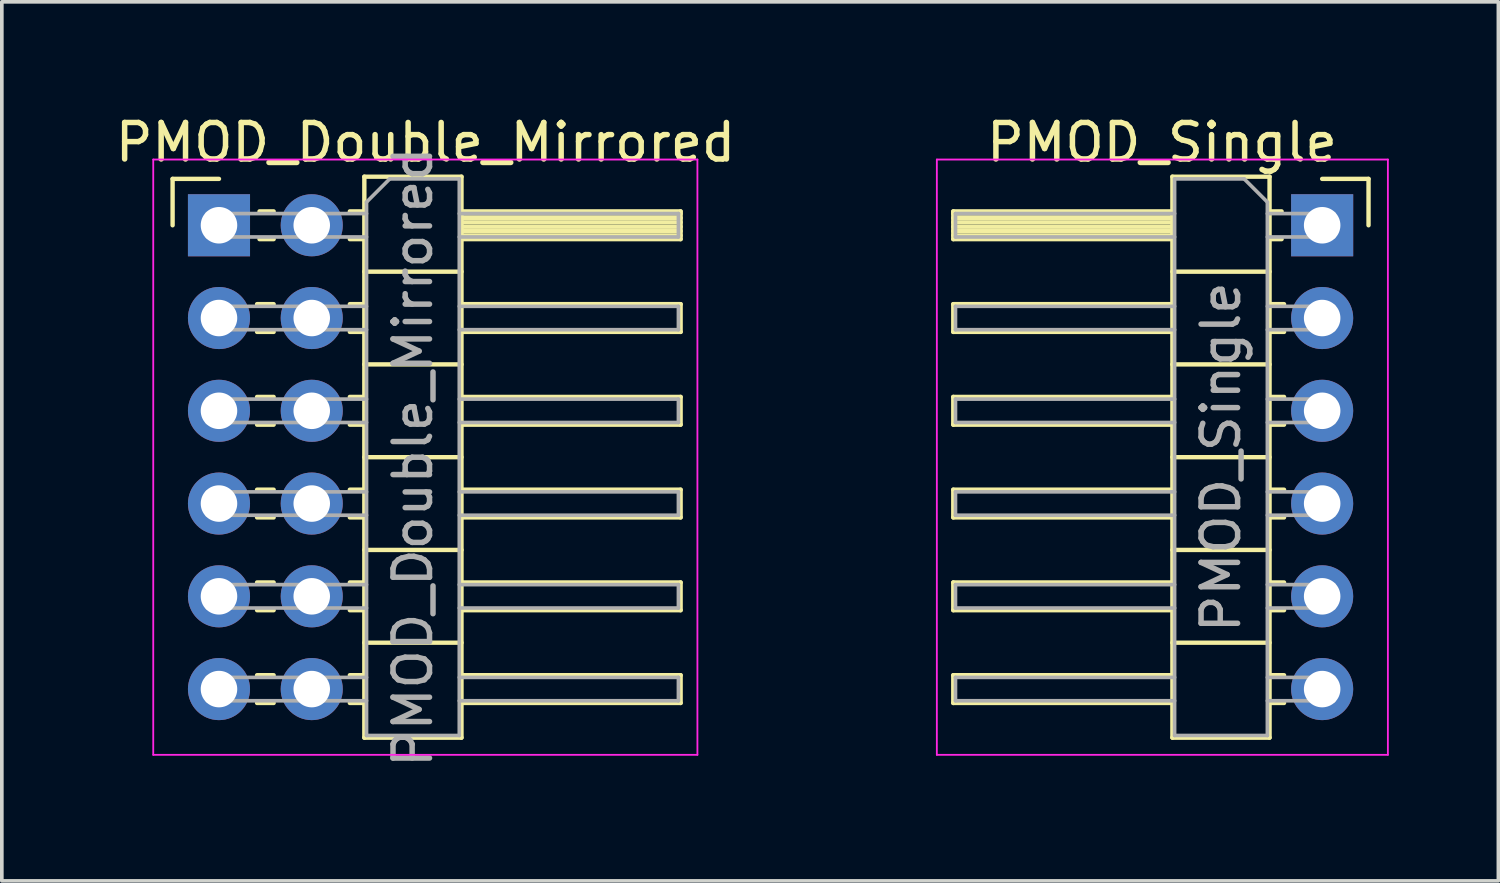
<source format=kicad_pcb>
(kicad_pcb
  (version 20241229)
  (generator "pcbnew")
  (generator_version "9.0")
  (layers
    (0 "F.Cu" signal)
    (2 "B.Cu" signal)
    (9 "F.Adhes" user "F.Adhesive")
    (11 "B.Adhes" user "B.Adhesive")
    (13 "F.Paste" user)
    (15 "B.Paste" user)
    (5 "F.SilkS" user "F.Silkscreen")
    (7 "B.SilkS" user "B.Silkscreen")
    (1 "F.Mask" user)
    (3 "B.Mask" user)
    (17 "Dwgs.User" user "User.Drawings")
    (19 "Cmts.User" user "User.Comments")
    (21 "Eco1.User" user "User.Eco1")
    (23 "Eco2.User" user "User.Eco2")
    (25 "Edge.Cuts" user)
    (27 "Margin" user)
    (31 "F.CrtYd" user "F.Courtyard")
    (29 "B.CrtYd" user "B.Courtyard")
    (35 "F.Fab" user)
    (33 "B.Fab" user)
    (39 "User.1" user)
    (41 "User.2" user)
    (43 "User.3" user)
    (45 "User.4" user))
  (footprint "PMOD_Double_Mirrored"
    (layer "F.Cu")
    (at 7.876 8.198)
    (property "Reference" "PMOD_Double_Mirrored" (at 0.725 -7.35 0) (layer "F.SilkS") (effects (font (size 1 1) (thickness 0.15))))
    (attr through_hole)
    (fp_line (start -6.2 -6.35) (end -4.93 -6.35) (stroke (width 0.12) (type solid)) (layer "F.SilkS"))
    (fp_line (start -6.2 -5.08) (end -6.2 -6.35) (stroke (width 0.12) (type solid)) (layer "F.SilkS"))
    (fp_line (start -3.887 -2.92) (end -3.433 -2.92) (stroke (width 0.12) (type solid)) (layer "F.SilkS"))
    (fp_line (start -3.887 -2.16) (end -3.433 -2.16) (stroke (width 0.12) (type solid)) (layer "F.SilkS"))
    (fp_line (start -3.887 -0.38) (end -3.433 -0.38) (stroke (width 0.12) (type solid)) (layer "F.SilkS"))
    (fp_line (start -3.887 0.38) (end -3.433 0.38) (stroke (width 0.12) (type solid)) (layer "F.SilkS"))
    (fp_line (start -3.887 2.16) (end -3.433 2.16) (stroke (width 0.12) (type solid)) (layer "F.SilkS"))
    (fp_line (start -3.887 2.92) (end -3.433 2.92) (stroke (width 0.12) (type solid)) (layer "F.SilkS"))
    (fp_line (start -3.887 4.7) (end -3.433 4.7) (stroke (width 0.12) (type solid)) (layer "F.SilkS"))
    (fp_line (start -3.887 5.46) (end -3.433 5.46) (stroke (width 0.12) (type solid)) (layer "F.SilkS"))
    (fp_line (start -3.887 7.24) (end -3.433 7.24) (stroke (width 0.12) (type solid)) (layer "F.SilkS"))
    (fp_line (start -3.887 8) (end -3.433 8) (stroke (width 0.12) (type solid)) (layer "F.SilkS"))
    (fp_line (start -3.82 -5.46) (end -3.433 -5.46) (stroke (width 0.12) (type solid)) (layer "F.SilkS"))
    (fp_line (start -3.82 -4.7) (end -3.433 -4.7) (stroke (width 0.12) (type solid)) (layer "F.SilkS"))
    (fp_line (start -1.347 -5.46) (end -0.95 -5.46) (stroke (width 0.12) (type solid)) (layer "F.SilkS"))
    (fp_line (start -1.347 -4.7) (end -0.95 -4.7) (stroke (width 0.12) (type solid)) (layer "F.SilkS"))
    (fp_line (start -1.347 -2.92) (end -0.95 -2.92) (stroke (width 0.12) (type solid)) (layer "F.SilkS"))
    (fp_line (start -1.347 -2.16) (end -0.95 -2.16) (stroke (width 0.12) (type solid)) (layer "F.SilkS"))
    (fp_line (start -1.347 -0.38) (end -0.95 -0.38) (stroke (width 0.12) (type solid)) (layer "F.SilkS"))
    (fp_line (start -1.347 0.38) (end -0.95 0.38) (stroke (width 0.12) (type solid)) (layer "F.SilkS"))
    (fp_line (start -1.347 2.16) (end -0.95 2.16) (stroke (width 0.12) (type solid)) (layer "F.SilkS"))
    (fp_line (start -1.347 2.92) (end -0.95 2.92) (stroke (width 0.12) (type solid)) (layer "F.SilkS"))
    (fp_line (start -1.347 4.7) (end -0.95 4.7) (stroke (width 0.12) (type solid)) (layer "F.SilkS"))
    (fp_line (start -1.347 5.46) (end -0.95 5.46) (stroke (width 0.12) (type solid)) (layer "F.SilkS"))
    (fp_line (start -1.347 7.24) (end -0.95 7.24) (stroke (width 0.12) (type solid)) (layer "F.SilkS"))
    (fp_line (start -1.347 8) (end -0.95 8) (stroke (width 0.12) (type solid)) (layer "F.SilkS"))
    (fp_line (start -0.95 -6.41) (end -0.95 8.95) (stroke (width 0.12) (type solid)) (layer "F.SilkS"))
    (fp_line (start -0.95 -3.81) (end 1.71 -3.81) (stroke (width 0.12) (type solid)) (layer "F.SilkS"))
    (fp_line (start -0.95 -1.27) (end 1.71 -1.27) (stroke (width 0.12) (type solid)) (layer "F.SilkS"))
    (fp_line (start -0.95 1.27) (end 1.71 1.27) (stroke (width 0.12) (type solid)) (layer "F.SilkS"))
    (fp_line (start -0.95 3.81) (end 1.71 3.81) (stroke (width 0.12) (type solid)) (layer "F.SilkS"))
    (fp_line (start -0.95 6.35) (end 1.71 6.35) (stroke (width 0.12) (type solid)) (layer "F.SilkS"))
    (fp_line (start -0.95 8.95) (end 1.71 8.95) (stroke (width 0.12) (type solid)) (layer "F.SilkS"))
    (fp_line (start 1.71 -6.41) (end -0.95 -6.41) (stroke (width 0.12) (type solid)) (layer "F.SilkS"))
    (fp_line (start 1.71 -5.46) (end 7.71 -5.46) (stroke (width 0.12) (type solid)) (layer "F.SilkS"))
    (fp_line (start 1.71 -5.4) (end 7.71 -5.4) (stroke (width 0.12) (type solid)) (layer "F.SilkS"))
    (fp_line (start 1.71 -5.28) (end 7.71 -5.28) (stroke (width 0.12) (type solid)) (layer "F.SilkS"))
    (fp_line (start 1.71 -5.16) (end 7.71 -5.16) (stroke (width 0.12) (type solid)) (layer "F.SilkS"))
    (fp_line (start 1.71 -5.04) (end 7.71 -5.04) (stroke (width 0.12) (type solid)) (layer "F.SilkS"))
    (fp_line (start 1.71 -4.92) (end 7.71 -4.92) (stroke (width 0.12) (type solid)) (layer "F.SilkS"))
    (fp_line (start 1.71 -4.8) (end 7.71 -4.8) (stroke (width 0.12) (type solid)) (layer "F.SilkS"))
    (fp_line (start 1.71 -2.92) (end 7.71 -2.92) (stroke (width 0.12) (type solid)) (layer "F.SilkS"))
    (fp_line (start 1.71 -0.38) (end 7.71 -0.38) (stroke (width 0.12) (type solid)) (layer "F.SilkS"))
    (fp_line (start 1.71 2.16) (end 7.71 2.16) (stroke (width 0.12) (type solid)) (layer "F.SilkS"))
    (fp_line (start 1.71 4.7) (end 7.71 4.7) (stroke (width 0.12) (type solid)) (layer "F.SilkS"))
    (fp_line (start 1.71 7.24) (end 7.71 7.24) (stroke (width 0.12) (type solid)) (layer "F.SilkS"))
    (fp_line (start 1.71 8.95) (end 1.71 -6.41) (stroke (width 0.12) (type solid)) (layer "F.SilkS"))
    (fp_line (start 7.71 -5.46) (end 7.71 -4.7) (stroke (width 0.12) (type solid)) (layer "F.SilkS"))
    (fp_line (start 7.71 -4.7) (end 1.71 -4.7) (stroke (width 0.12) (type solid)) (layer "F.SilkS"))
    (fp_line (start 7.71 -2.92) (end 7.71 -2.16) (stroke (width 0.12) (type solid)) (layer "F.SilkS"))
    (fp_line (start 7.71 -2.16) (end 1.71 -2.16) (stroke (width 0.12) (type solid)) (layer "F.SilkS"))
    (fp_line (start 7.71 -0.38) (end 7.71 0.38) (stroke (width 0.12) (type solid)) (layer "F.SilkS"))
    (fp_line (start 7.71 0.38) (end 1.71 0.38) (stroke (width 0.12) (type solid)) (layer "F.SilkS"))
    (fp_line (start 7.71 2.16) (end 7.71 2.92) (stroke (width 0.12) (type solid)) (layer "F.SilkS"))
    (fp_line (start 7.71 2.92) (end 1.71 2.92) (stroke (width 0.12) (type solid)) (layer "F.SilkS"))
    (fp_line (start 7.71 4.7) (end 7.71 5.46) (stroke (width 0.12) (type solid)) (layer "F.SilkS"))
    (fp_line (start 7.71 5.46) (end 1.71 5.46) (stroke (width 0.12) (type solid)) (layer "F.SilkS"))
    (fp_line (start 7.71 7.24) (end 7.71 8) (stroke (width 0.12) (type solid)) (layer "F.SilkS"))
    (fp_line (start 7.71 8) (end 1.71 8) (stroke (width 0.12) (type solid)) (layer "F.SilkS"))
    (fp_line (start -6.73 -6.88) (end -6.73 9.42) (stroke (width 0.05) (type solid)) (layer "F.CrtYd"))
    (fp_line (start -6.73 9.42) (end 8.17 9.42) (stroke (width 0.05) (type solid)) (layer "F.CrtYd"))
    (fp_line (start 8.17 -6.88) (end -6.73 -6.88) (stroke (width 0.05) (type solid)) (layer "F.CrtYd"))
    (fp_line (start 8.17 9.42) (end 8.17 -6.88) (stroke (width 0.05) (type solid)) (layer "F.CrtYd"))
    (fp_line (start -5.25 -5.4) (end -5.25 -4.76) (stroke (width 0.1) (type solid)) (layer "F.Fab"))
    (fp_line (start -5.25 -5.4) (end -0.89 -5.4) (stroke (width 0.1) (type solid)) (layer "F.Fab"))
    (fp_line (start -5.25 -4.76) (end -0.89 -4.76) (stroke (width 0.1) (type solid)) (layer "F.Fab"))
    (fp_line (start -5.25 -2.86) (end -5.25 -2.22) (stroke (width 0.1) (type solid)) (layer "F.Fab"))
    (fp_line (start -5.25 -2.86) (end -0.89 -2.86) (stroke (width 0.1) (type solid)) (layer "F.Fab"))
    (fp_line (start -5.25 -2.22) (end -0.89 -2.22) (stroke (width 0.1) (type solid)) (layer "F.Fab"))
    (fp_line (start -5.25 -0.32) (end -5.25 0.32) (stroke (width 0.1) (type solid)) (layer "F.Fab"))
    (fp_line (start -5.25 -0.32) (end -0.89 -0.32) (stroke (width 0.1) (type solid)) (layer "F.Fab"))
    (fp_line (start -5.25 0.32) (end -0.89 0.32) (stroke (width 0.1) (type solid)) (layer "F.Fab"))
    (fp_line (start -5.25 2.22) (end -5.25 2.86) (stroke (width 0.1) (type solid)) (layer "F.Fab"))
    (fp_line (start -5.25 2.22) (end -0.89 2.22) (stroke (width 0.1) (type solid)) (layer "F.Fab"))
    (fp_line (start -5.25 2.86) (end -0.89 2.86) (stroke (width 0.1) (type solid)) (layer "F.Fab"))
    (fp_line (start -5.25 4.76) (end -5.25 5.4) (stroke (width 0.1) (type solid)) (layer "F.Fab"))
    (fp_line (start -5.25 4.76) (end -0.89 4.76) (stroke (width 0.1) (type solid)) (layer "F.Fab"))
    (fp_line (start -5.25 5.4) (end -0.89 5.4) (stroke (width 0.1) (type solid)) (layer "F.Fab"))
    (fp_line (start -5.25 7.3) (end -5.25 7.94) (stroke (width 0.1) (type solid)) (layer "F.Fab"))
    (fp_line (start -5.25 7.3) (end -0.89 7.3) (stroke (width 0.1) (type solid)) (layer "F.Fab"))
    (fp_line (start -5.25 7.94) (end -0.89 7.94) (stroke (width 0.1) (type solid)) (layer "F.Fab"))
    (fp_line (start -0.89 -5.715) (end -0.255 -6.35) (stroke (width 0.1) (type solid)) (layer "F.Fab"))
    (fp_line (start -0.89 8.89) (end -0.89 -5.715) (stroke (width 0.1) (type solid)) (layer "F.Fab"))
    (fp_line (start -0.255 -6.35) (end 1.65 -6.35) (stroke (width 0.1) (type solid)) (layer "F.Fab"))
    (fp_line (start 1.65 -6.35) (end 1.65 8.89) (stroke (width 0.1) (type solid)) (layer "F.Fab"))
    (fp_line (start 1.65 -5.4) (end 7.65 -5.4) (stroke (width 0.1) (type solid)) (layer "F.Fab"))
    (fp_line (start 1.65 -4.76) (end 7.65 -4.76) (stroke (width 0.1) (type solid)) (layer "F.Fab"))
    (fp_line (start 1.65 -2.86) (end 7.65 -2.86) (stroke (width 0.1) (type solid)) (layer "F.Fab"))
    (fp_line (start 1.65 -2.22) (end 7.65 -2.22) (stroke (width 0.1) (type solid)) (layer "F.Fab"))
    (fp_line (start 1.65 -0.32) (end 7.65 -0.32) (stroke (width 0.1) (type solid)) (layer "F.Fab"))
    (fp_line (start 1.65 0.32) (end 7.65 0.32) (stroke (width 0.1) (type solid)) (layer "F.Fab"))
    (fp_line (start 1.65 2.22) (end 7.65 2.22) (stroke (width 0.1) (type solid)) (layer "F.Fab"))
    (fp_line (start 1.65 2.86) (end 7.65 2.86) (stroke (width 0.1) (type solid)) (layer "F.Fab"))
    (fp_line (start 1.65 4.76) (end 7.65 4.76) (stroke (width 0.1) (type solid)) (layer "F.Fab"))
    (fp_line (start 1.65 5.4) (end 7.65 5.4) (stroke (width 0.1) (type solid)) (layer "F.Fab"))
    (fp_line (start 1.65 7.3) (end 7.65 7.3) (stroke (width 0.1) (type solid)) (layer "F.Fab"))
    (fp_line (start 1.65 7.94) (end 7.65 7.94) (stroke (width 0.1) (type solid)) (layer "F.Fab"))
    (fp_line (start 1.65 8.89) (end -0.89 8.89) (stroke (width 0.1) (type solid)) (layer "F.Fab"))
    (fp_line (start 7.65 -5.4) (end 7.65 -4.76) (stroke (width 0.1) (type solid)) (layer "F.Fab"))
    (fp_line (start 7.65 -2.86) (end 7.65 -2.22) (stroke (width 0.1) (type solid)) (layer "F.Fab"))
    (fp_line (start 7.65 -0.32) (end 7.65 0.32) (stroke (width 0.1) (type solid)) (layer "F.Fab"))
    (fp_line (start 7.65 2.22) (end 7.65 2.86) (stroke (width 0.1) (type solid)) (layer "F.Fab"))
    (fp_line (start 7.65 4.76) (end 7.65 5.4) (stroke (width 0.1) (type solid)) (layer "F.Fab"))
    (fp_line (start 7.65 7.3) (end 7.65 7.94) (stroke (width 0.1) (type solid)) (layer "F.Fab"))
    (fp_text user "${REFERENCE}" (at 0.38 1.27 90) (layer "F.Fab") (effects (font (size 1 1) (thickness 0.15))))
    (pad "1" thru_hole rect (at -4.93 -5.08) (size 1.7 1.7) (drill 1) (layers "*.Cu" "*.Mask"))
    (pad "2" thru_hole oval (at -4.93 -2.54) (size 1.7 1.7) (drill 1) (layers "*.Cu" "*.Mask"))
    (pad "3" thru_hole oval (at -4.93 0) (size 1.7 1.7) (drill 1) (layers "*.Cu" "*.Mask"))
    (pad "4" thru_hole oval (at -4.93 2.54) (size 1.7 1.7) (drill 1) (layers "*.Cu" "*.Mask"))
    (pad "5" thru_hole oval (at -4.93 5.08) (size 1.7 1.7) (drill 1) (layers "*.Cu" "*.Mask"))
    (pad "6" thru_hole oval (at -4.93 7.62) (size 1.7 1.7) (drill 1) (layers "*.Cu" "*.Mask"))
    (pad "7" thru_hole oval (at -2.39 -5.08) (size 1.7 1.7) (drill 1) (layers "*.Cu" "*.Mask"))
    (pad "8" thru_hole oval (at -2.39 -2.54) (size 1.7 1.7) (drill 1) (layers "*.Cu" "*.Mask"))
    (pad "9" thru_hole oval (at -2.39 0) (size 1.7 1.7) (drill 1) (layers "*.Cu" "*.Mask"))
    (pad "10" thru_hole oval (at -2.39 2.54) (size 1.7 1.7) (drill 1) (layers "*.Cu" "*.Mask"))
    (pad "11" thru_hole oval (at -2.39 5.08) (size 1.7 1.7) (drill 1) (layers "*.Cu" "*.Mask"))
    (pad "12" thru_hole oval (at -2.39 7.62) (size 1.7 1.7) (drill 1) (layers "*.Cu" "*.Mask")))
  (footprint "PMOD_Single"
    (layer "F.Cu")
    (at 20.452 3.118)
    (property "Reference" "PMOD_Single" (at 8.315 -2.27 0) (layer "F.SilkS") (effects (font (size 1 1) (thickness 0.15))))
    (attr through_hole)
    (fp_line (start 2.6 -0.38) (end 2.6 0.38) (stroke (width 0.12) (type solid)) (layer "F.SilkS"))
    (fp_line (start 2.6 0.38) (end 8.6 0.38) (stroke (width 0.12) (type solid)) (layer "F.SilkS"))
    (fp_line (start 2.6 2.16) (end 2.6 2.92) (stroke (width 0.12) (type solid)) (layer "F.SilkS"))
    (fp_line (start 2.6 2.92) (end 8.6 2.92) (stroke (width 0.12) (type solid)) (layer "F.SilkS"))
    (fp_line (start 2.6 4.7) (end 2.6 5.46) (stroke (width 0.12) (type solid)) (layer "F.SilkS"))
    (fp_line (start 2.6 5.46) (end 8.6 5.46) (stroke (width 0.12) (type solid)) (layer "F.SilkS"))
    (fp_line (start 2.6 7.24) (end 2.6 8) (stroke (width 0.12) (type solid)) (layer "F.SilkS"))
    (fp_line (start 2.6 8) (end 8.6 8) (stroke (width 0.12) (type solid)) (layer "F.SilkS"))
    (fp_line (start 2.6 9.78) (end 2.6 10.54) (stroke (width 0.12) (type solid)) (layer "F.SilkS"))
    (fp_line (start 2.6 10.54) (end 8.6 10.54) (stroke (width 0.12) (type solid)) (layer "F.SilkS"))
    (fp_line (start 2.6 12.32) (end 2.6 13.08) (stroke (width 0.12) (type solid)) (layer "F.SilkS"))
    (fp_line (start 2.6 13.08) (end 8.6 13.08) (stroke (width 0.12) (type solid)) (layer "F.SilkS"))
    (fp_line (start 8.6 -1.33) (end 11.26 -1.33) (stroke (width 0.12) (type solid)) (layer "F.SilkS"))
    (fp_line (start 8.6 -0.38) (end 2.6 -0.38) (stroke (width 0.12) (type solid)) (layer "F.SilkS"))
    (fp_line (start 8.6 -0.32) (end 2.6 -0.32) (stroke (width 0.12) (type solid)) (layer "F.SilkS"))
    (fp_line (start 8.6 -0.2) (end 2.6 -0.2) (stroke (width 0.12) (type solid)) (layer "F.SilkS"))
    (fp_line (start 8.6 -0.08) (end 2.6 -0.08) (stroke (width 0.12) (type solid)) (layer "F.SilkS"))
    (fp_line (start 8.6 0.04) (end 2.6 0.04) (stroke (width 0.12) (type solid)) (layer "F.SilkS"))
    (fp_line (start 8.6 0.16) (end 2.6 0.16) (stroke (width 0.12) (type solid)) (layer "F.SilkS"))
    (fp_line (start 8.6 0.28) (end 2.6 0.28) (stroke (width 0.12) (type solid)) (layer "F.SilkS"))
    (fp_line (start 8.6 2.16) (end 2.6 2.16) (stroke (width 0.12) (type solid)) (layer "F.SilkS"))
    (fp_line (start 8.6 4.7) (end 2.6 4.7) (stroke (width 0.12) (type solid)) (layer "F.SilkS"))
    (fp_line (start 8.6 7.24) (end 2.6 7.24) (stroke (width 0.12) (type solid)) (layer "F.SilkS"))
    (fp_line (start 8.6 9.78) (end 2.6 9.78) (stroke (width 0.12) (type solid)) (layer "F.SilkS"))
    (fp_line (start 8.6 12.32) (end 2.6 12.32) (stroke (width 0.12) (type solid)) (layer "F.SilkS"))
    (fp_line (start 8.6 14.03) (end 8.6 -1.33) (stroke (width 0.12) (type solid)) (layer "F.SilkS"))
    (fp_line (start 11.26 -1.33) (end 11.26 14.03) (stroke (width 0.12) (type solid)) (layer "F.SilkS"))
    (fp_line (start 11.26 1.27) (end 8.6 1.27) (stroke (width 0.12) (type solid)) (layer "F.SilkS"))
    (fp_line (start 11.26 3.81) (end 8.6 3.81) (stroke (width 0.12) (type solid)) (layer "F.SilkS"))
    (fp_line (start 11.26 6.35) (end 8.6 6.35) (stroke (width 0.12) (type solid)) (layer "F.SilkS"))
    (fp_line (start 11.26 8.89) (end 8.6 8.89) (stroke (width 0.12) (type solid)) (layer "F.SilkS"))
    (fp_line (start 11.26 11.43) (end 8.6 11.43) (stroke (width 0.12) (type solid)) (layer "F.SilkS"))
    (fp_line (start 11.26 14.03) (end 8.6 14.03) (stroke (width 0.12) (type solid)) (layer "F.SilkS"))
    (fp_line (start 11.59 -0.38) (end 11.26 -0.38) (stroke (width 0.12) (type solid)) (layer "F.SilkS"))
    (fp_line (start 11.59 0.38) (end 11.26 0.38) (stroke (width 0.12) (type solid)) (layer "F.SilkS"))
    (fp_line (start 11.657 2.16) (end 11.26 2.16) (stroke (width 0.12) (type solid)) (layer "F.SilkS"))
    (fp_line (start 11.657 2.92) (end 11.26 2.92) (stroke (width 0.12) (type solid)) (layer "F.SilkS"))
    (fp_line (start 11.657 4.7) (end 11.26 4.7) (stroke (width 0.12) (type solid)) (layer "F.SilkS"))
    (fp_line (start 11.657 5.46) (end 11.26 5.46) (stroke (width 0.12) (type solid)) (layer "F.SilkS"))
    (fp_line (start 11.657 7.24) (end 11.26 7.24) (stroke (width 0.12) (type solid)) (layer "F.SilkS"))
    (fp_line (start 11.657 8) (end 11.26 8) (stroke (width 0.12) (type solid)) (layer "F.SilkS"))
    (fp_line (start 11.657 9.78) (end 11.26 9.78) (stroke (width 0.12) (type solid)) (layer "F.SilkS"))
    (fp_line (start 11.657 10.54) (end 11.26 10.54) (stroke (width 0.12) (type solid)) (layer "F.SilkS"))
    (fp_line (start 11.657 12.32) (end 11.26 12.32) (stroke (width 0.12) (type solid)) (layer "F.SilkS"))
    (fp_line (start 11.657 13.08) (end 11.26 13.08) (stroke (width 0.12) (type solid)) (layer "F.SilkS"))
    (fp_line (start 13.97 -1.27) (end 12.7 -1.27) (stroke (width 0.12) (type solid)) (layer "F.SilkS"))
    (fp_line (start 13.97 0) (end 13.97 -1.27) (stroke (width 0.12) (type solid)) (layer "F.SilkS"))
    (fp_line (start 2.15 -1.8) (end 14.5 -1.8) (stroke (width 0.05) (type solid)) (layer "F.CrtYd"))
    (fp_line (start 2.15 14.5) (end 2.15 -1.8) (stroke (width 0.05) (type solid)) (layer "F.CrtYd"))
    (fp_line (start 14.5 -1.8) (end 14.5 14.5) (stroke (width 0.05) (type solid)) (layer "F.CrtYd"))
    (fp_line (start 14.5 14.5) (end 2.15 14.5) (stroke (width 0.05) (type solid)) (layer "F.CrtYd"))
    (fp_line (start 2.66 -0.32) (end 2.66 0.32) (stroke (width 0.1) (type solid)) (layer "F.Fab"))
    (fp_line (start 2.66 2.22) (end 2.66 2.86) (stroke (width 0.1) (type solid)) (layer "F.Fab"))
    (fp_line (start 2.66 4.76) (end 2.66 5.4) (stroke (width 0.1) (type solid)) (layer "F.Fab"))
    (fp_line (start 2.66 7.3) (end 2.66 7.94) (stroke (width 0.1) (type solid)) (layer "F.Fab"))
    (fp_line (start 2.66 9.84) (end 2.66 10.48) (stroke (width 0.1) (type solid)) (layer "F.Fab"))
    (fp_line (start 2.66 12.38) (end 2.66 13.02) (stroke (width 0.1) (type solid)) (layer "F.Fab"))
    (fp_line (start 8.66 -1.27) (end 8.66 13.97) (stroke (width 0.1) (type solid)) (layer "F.Fab"))
    (fp_line (start 8.66 -0.32) (end 2.66 -0.32) (stroke (width 0.1) (type solid)) (layer "F.Fab"))
    (fp_line (start 8.66 0.32) (end 2.66 0.32) (stroke (width 0.1) (type solid)) (layer "F.Fab"))
    (fp_line (start 8.66 2.22) (end 2.66 2.22) (stroke (width 0.1) (type solid)) (layer "F.Fab"))
    (fp_line (start 8.66 2.86) (end 2.66 2.86) (stroke (width 0.1) (type solid)) (layer "F.Fab"))
    (fp_line (start 8.66 4.76) (end 2.66 4.76) (stroke (width 0.1) (type solid)) (layer "F.Fab"))
    (fp_line (start 8.66 5.4) (end 2.66 5.4) (stroke (width 0.1) (type solid)) (layer "F.Fab"))
    (fp_line (start 8.66 7.3) (end 2.66 7.3) (stroke (width 0.1) (type solid)) (layer "F.Fab"))
    (fp_line (start 8.66 7.94) (end 2.66 7.94) (stroke (width 0.1) (type solid)) (layer "F.Fab"))
    (fp_line (start 8.66 9.84) (end 2.66 9.84) (stroke (width 0.1) (type solid)) (layer "F.Fab"))
    (fp_line (start 8.66 10.48) (end 2.66 10.48) (stroke (width 0.1) (type solid)) (layer "F.Fab"))
    (fp_line (start 8.66 12.38) (end 2.66 12.38) (stroke (width 0.1) (type solid)) (layer "F.Fab"))
    (fp_line (start 8.66 13.02) (end 2.66 13.02) (stroke (width 0.1) (type solid)) (layer "F.Fab"))
    (fp_line (start 8.66 13.97) (end 11.2 13.97) (stroke (width 0.1) (type solid)) (layer "F.Fab"))
    (fp_line (start 10.565 -1.27) (end 8.66 -1.27) (stroke (width 0.1) (type solid)) (layer "F.Fab"))
    (fp_line (start 11.2 -0.635) (end 10.565 -1.27) (stroke (width 0.1) (type solid)) (layer "F.Fab"))
    (fp_line (start 11.2 13.97) (end 11.2 -0.635) (stroke (width 0.1) (type solid)) (layer "F.Fab"))
    (fp_line (start 13.02 -0.32) (end 11.2 -0.32) (stroke (width 0.1) (type solid)) (layer "F.Fab"))
    (fp_line (start 13.02 -0.32) (end 13.02 0.32) (stroke (width 0.1) (type solid)) (layer "F.Fab"))
    (fp_line (start 13.02 0.32) (end 11.2 0.32) (stroke (width 0.1) (type solid)) (layer "F.Fab"))
    (fp_line (start 13.02 2.22) (end 11.2 2.22) (stroke (width 0.1) (type solid)) (layer "F.Fab"))
    (fp_line (start 13.02 2.22) (end 13.02 2.86) (stroke (width 0.1) (type solid)) (layer "F.Fab"))
    (fp_line (start 13.02 2.86) (end 11.2 2.86) (stroke (width 0.1) (type solid)) (layer "F.Fab"))
    (fp_line (start 13.02 4.76) (end 11.2 4.76) (stroke (width 0.1) (type solid)) (layer "F.Fab"))
    (fp_line (start 13.02 4.76) (end 13.02 5.4) (stroke (width 0.1) (type solid)) (layer "F.Fab"))
    (fp_line (start 13.02 5.4) (end 11.2 5.4) (stroke (width 0.1) (type solid)) (layer "F.Fab"))
    (fp_line (start 13.02 7.3) (end 11.2 7.3) (stroke (width 0.1) (type solid)) (layer "F.Fab"))
    (fp_line (start 13.02 7.3) (end 13.02 7.94) (stroke (width 0.1) (type solid)) (layer "F.Fab"))
    (fp_line (start 13.02 7.94) (end 11.2 7.94) (stroke (width 0.1) (type solid)) (layer "F.Fab"))
    (fp_line (start 13.02 9.84) (end 11.2 9.84) (stroke (width 0.1) (type solid)) (layer "F.Fab"))
    (fp_line (start 13.02 9.84) (end 13.02 10.48) (stroke (width 0.1) (type solid)) (layer "F.Fab"))
    (fp_line (start 13.02 10.48) (end 11.2 10.48) (stroke (width 0.1) (type solid)) (layer "F.Fab"))
    (fp_line (start 13.02 12.38) (end 11.2 12.38) (stroke (width 0.1) (type solid)) (layer "F.Fab"))
    (fp_line (start 13.02 12.38) (end 13.02 13.02) (stroke (width 0.1) (type solid)) (layer "F.Fab"))
    (fp_line (start 13.02 13.02) (end 11.2 13.02) (stroke (width 0.1) (type solid)) (layer "F.Fab"))
    (fp_text user "${REFERENCE}" (at 9.93 6.35 90) (layer "F.Fab") (effects (font (size 1 1) (thickness 0.15))))
    (pad "1" thru_hole rect (at 12.7 0) (size 1.7 1.7) (drill 1) (layers "*.Cu" "*.Mask"))
    (pad "2" thru_hole oval (at 12.7 2.54) (size 1.7 1.7) (drill 1) (layers "*.Cu" "*.Mask"))
    (pad "3" thru_hole oval (at 12.7 5.08) (size 1.7 1.7) (drill 1) (layers "*.Cu" "*.Mask"))
    (pad "4" thru_hole oval (at 12.7 7.62) (size 1.7 1.7) (drill 1) (layers "*.Cu" "*.Mask"))
    (pad "5" thru_hole oval (at 12.7 10.16) (size 1.7 1.7) (drill 1) (layers "*.Cu" "*.Mask"))
    (pad "6" thru_hole oval (at 12.7 12.7) (size 1.7 1.7) (drill 1) (layers "*.Cu" "*.Mask")))
  (gr_rect
    (start -3 -3)
    (end 37.977 21.069)
    (stroke (width 0.1) (type default))
    (fill no)
    (layer "Edge.Cuts")))
</source>
